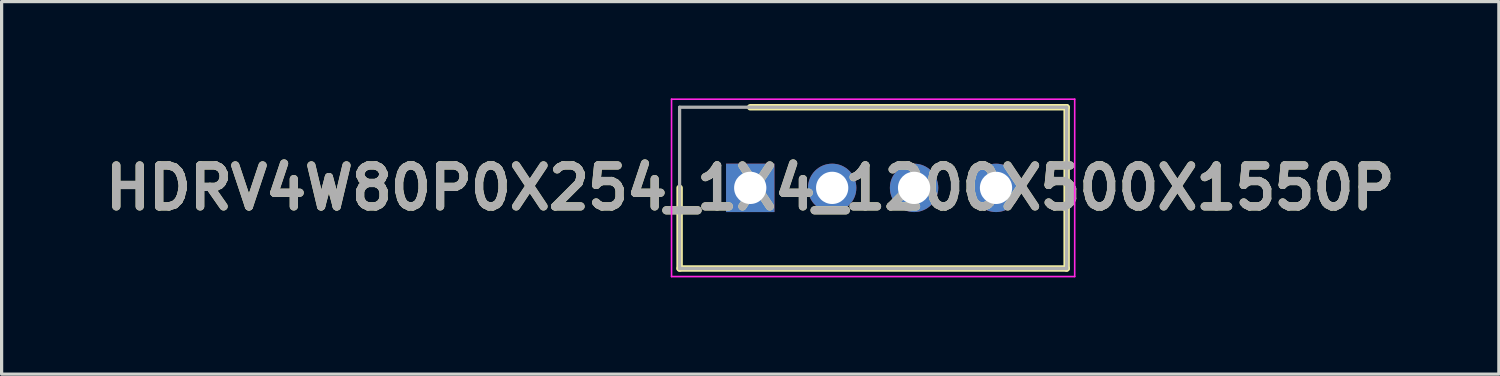
<source format=kicad_pcb>
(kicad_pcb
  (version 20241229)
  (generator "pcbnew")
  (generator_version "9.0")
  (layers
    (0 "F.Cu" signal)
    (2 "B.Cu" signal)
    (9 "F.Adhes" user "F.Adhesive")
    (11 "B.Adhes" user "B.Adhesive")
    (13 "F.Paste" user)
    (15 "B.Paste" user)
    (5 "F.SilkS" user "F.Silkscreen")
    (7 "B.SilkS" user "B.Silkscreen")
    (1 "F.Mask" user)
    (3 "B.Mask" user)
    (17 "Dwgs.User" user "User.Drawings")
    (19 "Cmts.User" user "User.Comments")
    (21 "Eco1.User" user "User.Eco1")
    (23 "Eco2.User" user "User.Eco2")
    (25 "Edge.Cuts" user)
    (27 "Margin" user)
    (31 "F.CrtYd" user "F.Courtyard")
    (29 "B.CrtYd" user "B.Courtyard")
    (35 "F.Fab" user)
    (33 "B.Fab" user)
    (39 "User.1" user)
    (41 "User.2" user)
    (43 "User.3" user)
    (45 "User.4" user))
  (footprint "HDRV4W80P0X254_1X4_1200X500X1550P"
    (layer "F.Cu")
    (at 20.211 2.775)
    (property "Reference" "HDRV4W80P0X254_1X4_1200X500X1550P" (at 0 0 0) (layer "F.SilkS") (effects (font (size 1.27 1.27) (thickness 0.254))))
    (attr through_hole)
    (fp_line (start -2.19 0) (end -2.19 2.5) (stroke (width 0.2) (type solid)) (layer "F.SilkS"))
    (fp_line (start -2.19 2.5) (end 9.81 2.5) (stroke (width 0.2) (type solid)) (layer "F.SilkS"))
    (fp_line (start 9.81 -2.5) (end 0 -2.5) (stroke (width 0.2) (type solid)) (layer "F.SilkS"))
    (fp_line (start 9.81 2.5) (end 9.81 -2.5) (stroke (width 0.2) (type solid)) (layer "F.SilkS"))
    (fp_line (start -2.44 -2.75) (end 10.06 -2.75) (stroke (width 0.05) (type solid)) (layer "F.CrtYd"))
    (fp_line (start -2.44 2.75) (end -2.44 -2.75) (stroke (width 0.05) (type solid)) (layer "F.CrtYd"))
    (fp_line (start 10.06 -2.75) (end 10.06 2.75) (stroke (width 0.05) (type solid)) (layer "F.CrtYd"))
    (fp_line (start 10.06 2.75) (end -2.44 2.75) (stroke (width 0.05) (type solid)) (layer "F.CrtYd"))
    (fp_line (start -2.19 -2.5) (end 9.81 -2.5) (stroke (width 0.1) (type solid)) (layer "F.Fab"))
    (fp_line (start -2.19 2.5) (end -2.19 -2.5) (stroke (width 0.1) (type solid)) (layer "F.Fab"))
    (fp_line (start 9.81 -2.5) (end 9.81 2.5) (stroke (width 0.1) (type solid)) (layer "F.Fab"))
    (fp_line (start 9.81 2.5) (end -2.19 2.5) (stroke (width 0.1) (type solid)) (layer "F.Fab"))
    (fp_text user "${REFERENCE}" (at 0 0 0) (layer "F.Fab") (effects (font (size 1.27 1.27) (thickness 0.254))))
    (pad "1" thru_hole rect (at 0 0) (size 1.5 1.5) (drill 1) (layers "*.Cu" "*.Mask"))
    (pad "2" thru_hole circle (at 2.54 0) (size 1.5 1.5) (drill 1) (layers "*.Cu" "*.Mask"))
    (pad "3" thru_hole circle (at 5.08 0) (size 1.5 1.5) (drill 1) (layers "*.Cu" "*.Mask"))
    (pad "4" thru_hole circle (at 7.62 0) (size 1.5 1.5) (drill 1) (layers "*.Cu" "*.Mask")))
  (gr_rect
    (start -3 -3)
    (end 43.422 8.55)
    (stroke (width 0.1) (type default))
    (fill no)
    (layer "Edge.Cuts")))
</source>
